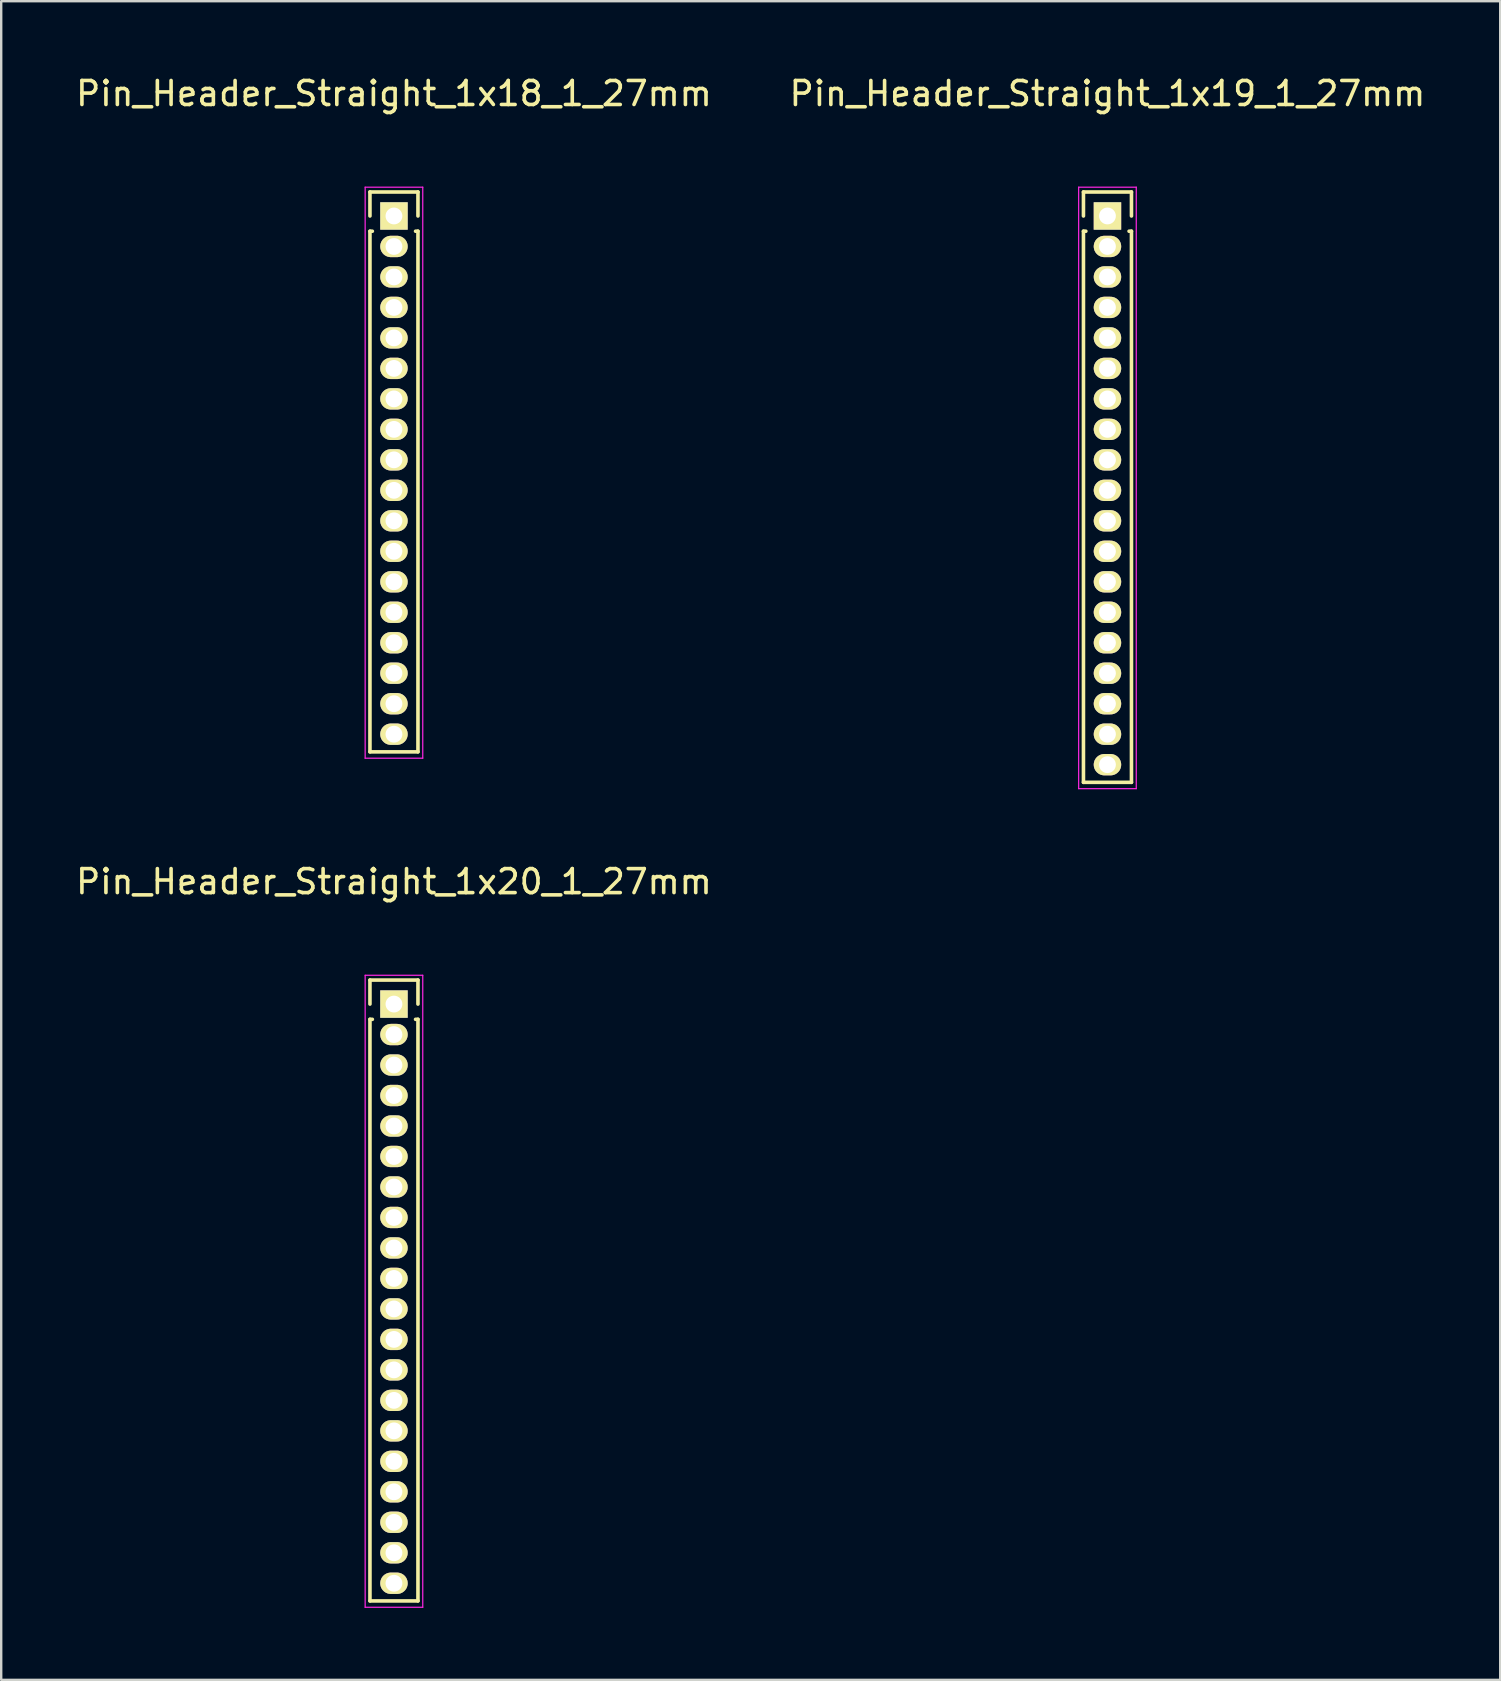
<source format=kicad_pcb>
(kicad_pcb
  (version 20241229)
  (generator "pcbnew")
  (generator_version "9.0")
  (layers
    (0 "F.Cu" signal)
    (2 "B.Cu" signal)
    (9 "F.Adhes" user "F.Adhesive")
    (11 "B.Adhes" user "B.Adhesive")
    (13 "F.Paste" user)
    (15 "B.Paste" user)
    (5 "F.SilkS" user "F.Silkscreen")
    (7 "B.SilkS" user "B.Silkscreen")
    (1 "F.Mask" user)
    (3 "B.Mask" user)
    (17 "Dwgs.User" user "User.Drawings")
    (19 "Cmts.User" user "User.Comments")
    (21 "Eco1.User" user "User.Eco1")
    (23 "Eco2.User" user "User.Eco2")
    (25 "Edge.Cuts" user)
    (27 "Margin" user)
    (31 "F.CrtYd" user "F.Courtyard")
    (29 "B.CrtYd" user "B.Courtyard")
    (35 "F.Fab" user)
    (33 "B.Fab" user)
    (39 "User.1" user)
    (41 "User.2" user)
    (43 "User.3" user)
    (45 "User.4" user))
  (footprint "Pin_Header_Straight_1x19_1_27mm"
    (layer "F.Cu")
    (at 43.089 5.948)
    (property "Reference" "Pin_Header_Straight_1x19_1_27mm" (at 0 -5.1 0) (layer "F.SilkS") (effects (font (size 1 1) (thickness 0.15))))
    (attr through_hole)
    (fp_line (start -1 -1) (end 1 -1) (stroke (width 0.15) (type solid)) (layer "F.SilkS"))
    (fp_line (start -1 0) (end -1 -1) (stroke (width 0.15) (type solid)) (layer "F.SilkS"))
    (fp_line (start -1 0.635) (end -1 23.595) (stroke (width 0.15) (type solid)) (layer "F.SilkS"))
    (fp_line (start -1 23.595) (end 1 23.595) (stroke (width 0.15) (type solid)) (layer "F.SilkS"))
    (fp_line (start -0.9 0.635) (end -1 0.635) (stroke (width 0.15) (type solid)) (layer "F.SilkS"))
    (fp_line (start 0.9 0.635) (end 1 0.635) (stroke (width 0.15) (type solid)) (layer "F.SilkS"))
    (fp_line (start 1 -1) (end 1 0) (stroke (width 0.15) (type solid)) (layer "F.SilkS"))
    (fp_line (start 1 0.635) (end 1 23.595) (stroke (width 0.15) (type solid)) (layer "F.SilkS"))
    (fp_line (start -1.2 -1.2) (end -1.2 23.86) (stroke (width 0.05) (type solid)) (layer "F.CrtYd"))
    (fp_line (start -1.2 -1.2) (end 1.2 -1.2) (stroke (width 0.05) (type solid)) (layer "F.CrtYd"))
    (fp_line (start -1.2 23.86) (end 1.2 23.86) (stroke (width 0.05) (type solid)) (layer "F.CrtYd"))
    (fp_line (start 1.2 -1.2) (end 1.2 23.86) (stroke (width 0.05) (type solid)) (layer "F.CrtYd"))
    (pad "1" thru_hole rect (at 0 0) (size 1.143 1.143) (drill 0.7) (layers "*.Cu" "*.Mask" "F.SilkS"))
    (pad "2" thru_hole oval (at 0 1.27) (size 1.143 0.889) (drill 0.7) (layers "*.Cu" "*.Mask" "F.SilkS"))
    (pad "3" thru_hole oval (at 0 2.54) (size 1.143 0.889) (drill 0.7) (layers "*.Cu" "*.Mask" "F.SilkS"))
    (pad "4" thru_hole oval (at 0 3.81) (size 1.143 0.889) (drill 0.7) (layers "*.Cu" "*.Mask" "F.SilkS"))
    (pad "5" thru_hole oval (at 0 5.08) (size 1.143 0.889) (drill 0.7) (layers "*.Cu" "*.Mask" "F.SilkS"))
    (pad "6" thru_hole oval (at 0 6.35) (size 1.143 0.889) (drill 0.7) (layers "*.Cu" "*.Mask" "F.SilkS"))
    (pad "7" thru_hole oval (at 0 7.62) (size 1.143 0.889) (drill 0.7) (layers "*.Cu" "*.Mask" "F.SilkS"))
    (pad "8" thru_hole oval (at 0 8.89) (size 1.143 0.889) (drill 0.7) (layers "*.Cu" "*.Mask" "F.SilkS"))
    (pad "9" thru_hole oval (at 0 10.16) (size 1.143 0.889) (drill 0.7) (layers "*.Cu" "*.Mask" "F.SilkS"))
    (pad "10" thru_hole oval (at 0 11.43) (size 1.143 0.889) (drill 0.7) (layers "*.Cu" "*.Mask" "F.SilkS"))
    (pad "11" thru_hole oval (at 0 12.7) (size 1.143 0.889) (drill 0.7) (layers "*.Cu" "*.Mask" "F.SilkS"))
    (pad "12" thru_hole oval (at 0 13.97) (size 1.143 0.889) (drill 0.7) (layers "*.Cu" "*.Mask" "F.SilkS"))
    (pad "13" thru_hole oval (at 0 15.24) (size 1.143 0.889) (drill 0.7) (layers "*.Cu" "*.Mask" "F.SilkS"))
    (pad "14" thru_hole oval (at 0 16.51) (size 1.143 0.889) (drill 0.7) (layers "*.Cu" "*.Mask" "F.SilkS"))
    (pad "15" thru_hole oval (at 0 17.78) (size 1.143 0.889) (drill 0.7) (layers "*.Cu" "*.Mask" "F.SilkS"))
    (pad "16" thru_hole oval (at 0 19.05) (size 1.143 0.889) (drill 0.7) (layers "*.Cu" "*.Mask" "F.SilkS"))
    (pad "17" thru_hole oval (at 0 20.32) (size 1.143 0.889) (drill 0.7) (layers "*.Cu" "*.Mask" "F.SilkS"))
    (pad "18" thru_hole oval (at 0 21.59) (size 1.143 0.889) (drill 0.7) (layers "*.Cu" "*.Mask" "F.SilkS"))
    (pad "19" thru_hole oval (at 0 22.86) (size 1.143 0.889) (drill 0.7) (layers "*.Cu" "*.Mask" "F.SilkS")))
  (footprint "Pin_Header_Straight_1x20_1_27mm"
    (layer "F.Cu")
    (at 13.363 38.782)
    (property "Reference" "Pin_Header_Straight_1x20_1_27mm" (at 0 -5.1 0) (layer "F.SilkS") (effects (font (size 1 1) (thickness 0.15))))
    (attr through_hole)
    (fp_line (start -1 -1) (end 1 -1) (stroke (width 0.15) (type solid)) (layer "F.SilkS"))
    (fp_line (start -1 0) (end -1 -1) (stroke (width 0.15) (type solid)) (layer "F.SilkS"))
    (fp_line (start -1 0.635) (end -1 24.865) (stroke (width 0.15) (type solid)) (layer "F.SilkS"))
    (fp_line (start -1 24.865) (end 1 24.865) (stroke (width 0.15) (type solid)) (layer "F.SilkS"))
    (fp_line (start -0.9 0.635) (end -1 0.635) (stroke (width 0.15) (type solid)) (layer "F.SilkS"))
    (fp_line (start 0.9 0.635) (end 1 0.635) (stroke (width 0.15) (type solid)) (layer "F.SilkS"))
    (fp_line (start 1 -1) (end 1 0) (stroke (width 0.15) (type solid)) (layer "F.SilkS"))
    (fp_line (start 1 0.635) (end 1 24.865) (stroke (width 0.15) (type solid)) (layer "F.SilkS"))
    (fp_line (start -1.2 -1.2) (end -1.2 25.13) (stroke (width 0.05) (type solid)) (layer "F.CrtYd"))
    (fp_line (start -1.2 -1.2) (end 1.2 -1.2) (stroke (width 0.05) (type solid)) (layer "F.CrtYd"))
    (fp_line (start -1.2 25.13) (end 1.2 25.13) (stroke (width 0.05) (type solid)) (layer "F.CrtYd"))
    (fp_line (start 1.2 -1.2) (end 1.2 25.13) (stroke (width 0.05) (type solid)) (layer "F.CrtYd"))
    (pad "1" thru_hole rect (at 0 0) (size 1.143 1.143) (drill 0.7) (layers "*.Cu" "*.Mask" "F.SilkS"))
    (pad "2" thru_hole oval (at 0 1.27) (size 1.143 0.889) (drill 0.7) (layers "*.Cu" "*.Mask" "F.SilkS"))
    (pad "3" thru_hole oval (at 0 2.54) (size 1.143 0.889) (drill 0.7) (layers "*.Cu" "*.Mask" "F.SilkS"))
    (pad "4" thru_hole oval (at 0 3.81) (size 1.143 0.889) (drill 0.7) (layers "*.Cu" "*.Mask" "F.SilkS"))
    (pad "5" thru_hole oval (at 0 5.08) (size 1.143 0.889) (drill 0.7) (layers "*.Cu" "*.Mask" "F.SilkS"))
    (pad "6" thru_hole oval (at 0 6.35) (size 1.143 0.889) (drill 0.7) (layers "*.Cu" "*.Mask" "F.SilkS"))
    (pad "7" thru_hole oval (at 0 7.62) (size 1.143 0.889) (drill 0.7) (layers "*.Cu" "*.Mask" "F.SilkS"))
    (pad "8" thru_hole oval (at 0 8.89) (size 1.143 0.889) (drill 0.7) (layers "*.Cu" "*.Mask" "F.SilkS"))
    (pad "9" thru_hole oval (at 0 10.16) (size 1.143 0.889) (drill 0.7) (layers "*.Cu" "*.Mask" "F.SilkS"))
    (pad "10" thru_hole oval (at 0 11.43) (size 1.143 0.889) (drill 0.7) (layers "*.Cu" "*.Mask" "F.SilkS"))
    (pad "11" thru_hole oval (at 0 12.7) (size 1.143 0.889) (drill 0.7) (layers "*.Cu" "*.Mask" "F.SilkS"))
    (pad "12" thru_hole oval (at 0 13.97) (size 1.143 0.889) (drill 0.7) (layers "*.Cu" "*.Mask" "F.SilkS"))
    (pad "13" thru_hole oval (at 0 15.24) (size 1.143 0.889) (drill 0.7) (layers "*.Cu" "*.Mask" "F.SilkS"))
    (pad "14" thru_hole oval (at 0 16.51) (size 1.143 0.889) (drill 0.7) (layers "*.Cu" "*.Mask" "F.SilkS"))
    (pad "15" thru_hole oval (at 0 17.78) (size 1.143 0.889) (drill 0.7) (layers "*.Cu" "*.Mask" "F.SilkS"))
    (pad "16" thru_hole oval (at 0 19.05) (size 1.143 0.889) (drill 0.7) (layers "*.Cu" "*.Mask" "F.SilkS"))
    (pad "17" thru_hole oval (at 0 20.32) (size 1.143 0.889) (drill 0.7) (layers "*.Cu" "*.Mask" "F.SilkS"))
    (pad "18" thru_hole oval (at 0 21.59) (size 1.143 0.889) (drill 0.7) (layers "*.Cu" "*.Mask" "F.SilkS"))
    (pad "19" thru_hole oval (at 0 22.86) (size 1.143 0.889) (drill 0.7) (layers "*.Cu" "*.Mask" "F.SilkS"))
    (pad "20" thru_hole oval (at 0 24.13) (size 1.143 0.889) (drill 0.7) (layers "*.Cu" "*.Mask" "F.SilkS")))
  (footprint "Pin_Header_Straight_1x18_1_27mm"
    (layer "F.Cu")
    (at 13.363 5.948)
    (property "Reference" "Pin_Header_Straight_1x18_1_27mm" (at 0 -5.1 0) (layer "F.SilkS") (effects (font (size 1 1) (thickness 0.15))))
    (attr through_hole)
    (fp_line (start -1 -1) (end 1 -1) (stroke (width 0.15) (type solid)) (layer "F.SilkS"))
    (fp_line (start -1 0) (end -1 -1) (stroke (width 0.15) (type solid)) (layer "F.SilkS"))
    (fp_line (start -1 0.635) (end -1 22.325) (stroke (width 0.15) (type solid)) (layer "F.SilkS"))
    (fp_line (start -1 22.325) (end 1 22.325) (stroke (width 0.15) (type solid)) (layer "F.SilkS"))
    (fp_line (start -0.9 0.635) (end -1 0.635) (stroke (width 0.15) (type solid)) (layer "F.SilkS"))
    (fp_line (start 0.9 0.635) (end 1 0.635) (stroke (width 0.15) (type solid)) (layer "F.SilkS"))
    (fp_line (start 1 -1) (end 1 0) (stroke (width 0.15) (type solid)) (layer "F.SilkS"))
    (fp_line (start 1 0.635) (end 1 22.325) (stroke (width 0.15) (type solid)) (layer "F.SilkS"))
    (fp_line (start -1.2 -1.2) (end -1.2 22.59) (stroke (width 0.05) (type solid)) (layer "F.CrtYd"))
    (fp_line (start -1.2 -1.2) (end 1.2 -1.2) (stroke (width 0.05) (type solid)) (layer "F.CrtYd"))
    (fp_line (start -1.2 22.59) (end 1.2 22.59) (stroke (width 0.05) (type solid)) (layer "F.CrtYd"))
    (fp_line (start 1.2 -1.2) (end 1.2 22.59) (stroke (width 0.05) (type solid)) (layer "F.CrtYd"))
    (pad "1" thru_hole rect (at 0 0) (size 1.143 1.143) (drill 0.7) (layers "*.Cu" "*.Mask" "F.SilkS"))
    (pad "2" thru_hole oval (at 0 1.27) (size 1.143 0.889) (drill 0.7) (layers "*.Cu" "*.Mask" "F.SilkS"))
    (pad "3" thru_hole oval (at 0 2.54) (size 1.143 0.889) (drill 0.7) (layers "*.Cu" "*.Mask" "F.SilkS"))
    (pad "4" thru_hole oval (at 0 3.81) (size 1.143 0.889) (drill 0.7) (layers "*.Cu" "*.Mask" "F.SilkS"))
    (pad "5" thru_hole oval (at 0 5.08) (size 1.143 0.889) (drill 0.7) (layers "*.Cu" "*.Mask" "F.SilkS"))
    (pad "6" thru_hole oval (at 0 6.35) (size 1.143 0.889) (drill 0.7) (layers "*.Cu" "*.Mask" "F.SilkS"))
    (pad "7" thru_hole oval (at 0 7.62) (size 1.143 0.889) (drill 0.7) (layers "*.Cu" "*.Mask" "F.SilkS"))
    (pad "8" thru_hole oval (at 0 8.89) (size 1.143 0.889) (drill 0.7) (layers "*.Cu" "*.Mask" "F.SilkS"))
    (pad "9" thru_hole oval (at 0 10.16) (size 1.143 0.889) (drill 0.7) (layers "*.Cu" "*.Mask" "F.SilkS"))
    (pad "10" thru_hole oval (at 0 11.43) (size 1.143 0.889) (drill 0.7) (layers "*.Cu" "*.Mask" "F.SilkS"))
    (pad "11" thru_hole oval (at 0 12.7) (size 1.143 0.889) (drill 0.7) (layers "*.Cu" "*.Mask" "F.SilkS"))
    (pad "12" thru_hole oval (at 0 13.97) (size 1.143 0.889) (drill 0.7) (layers "*.Cu" "*.Mask" "F.SilkS"))
    (pad "13" thru_hole oval (at 0 15.24) (size 1.143 0.889) (drill 0.7) (layers "*.Cu" "*.Mask" "F.SilkS"))
    (pad "14" thru_hole oval (at 0 16.51) (size 1.143 0.889) (drill 0.7) (layers "*.Cu" "*.Mask" "F.SilkS"))
    (pad "15" thru_hole oval (at 0 17.78) (size 1.143 0.889) (drill 0.7) (layers "*.Cu" "*.Mask" "F.SilkS"))
    (pad "16" thru_hole oval (at 0 19.05) (size 1.143 0.889) (drill 0.7) (layers "*.Cu" "*.Mask" "F.SilkS"))
    (pad "17" thru_hole oval (at 0 20.32) (size 1.143 0.889) (drill 0.7) (layers "*.Cu" "*.Mask" "F.SilkS"))
    (pad "18" thru_hole oval (at 0 21.59) (size 1.143 0.889) (drill 0.7) (layers "*.Cu" "*.Mask" "F.SilkS")))
  (gr_rect
    (start -3 -3)
    (end 59.452 66.936)
    (stroke (width 0.1) (type default))
    (fill no)
    (layer "Edge.Cuts")))
</source>
